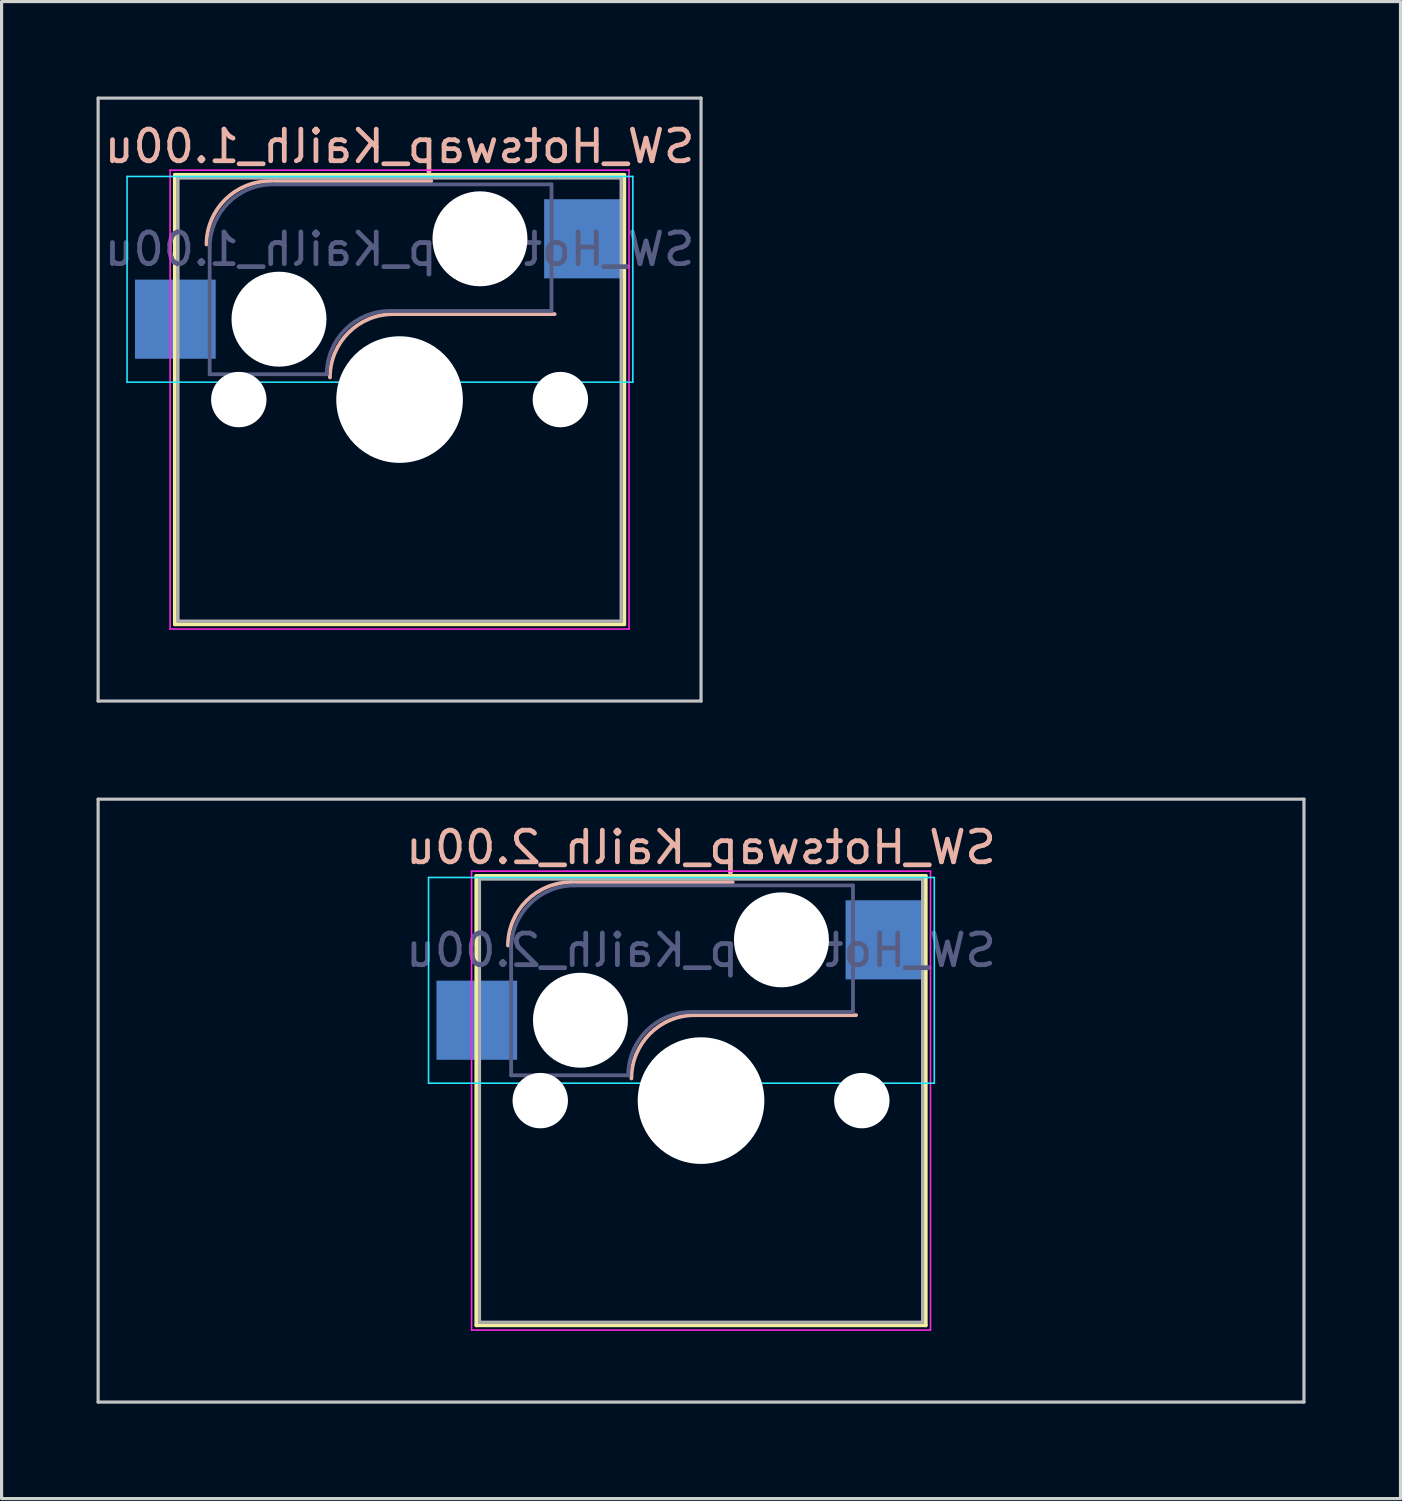
<source format=kicad_pcb>
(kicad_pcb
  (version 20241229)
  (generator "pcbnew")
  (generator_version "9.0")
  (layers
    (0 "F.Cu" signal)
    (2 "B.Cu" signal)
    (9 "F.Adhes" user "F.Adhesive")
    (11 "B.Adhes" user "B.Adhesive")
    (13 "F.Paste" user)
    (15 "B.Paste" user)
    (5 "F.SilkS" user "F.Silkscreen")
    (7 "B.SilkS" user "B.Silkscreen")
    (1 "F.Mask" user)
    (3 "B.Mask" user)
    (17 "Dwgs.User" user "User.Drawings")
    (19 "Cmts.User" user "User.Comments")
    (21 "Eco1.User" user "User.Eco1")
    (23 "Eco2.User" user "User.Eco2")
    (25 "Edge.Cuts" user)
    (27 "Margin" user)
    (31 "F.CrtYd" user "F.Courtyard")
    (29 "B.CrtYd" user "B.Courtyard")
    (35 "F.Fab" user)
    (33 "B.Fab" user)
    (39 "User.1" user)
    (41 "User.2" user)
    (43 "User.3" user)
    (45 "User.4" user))
  (footprint "SW_Hotswap_Kailh_1.00u"
    (layer "F.Cu")
    (at 9.575 9.575)
    (property "Reference" "SW_Hotswap_Kailh_1.00u" (at 0 -8 0) (layer "B.SilkS") (effects (font (size 1 1) (thickness 0.15)) (justify mirror)))
    (attr smd)
    (fp_line (start -7.1 -7.1) (end -7.1 7.1) (stroke (width 0.12) (type solid)) (layer "F.SilkS"))
    (fp_line (start -7.1 7.1) (end 7.1 7.1) (stroke (width 0.12) (type solid)) (layer "F.SilkS"))
    (fp_line (start 7.1 -7.1) (end -7.1 -7.1) (stroke (width 0.12) (type solid)) (layer "F.SilkS"))
    (fp_line (start 7.1 7.1) (end 7.1 -7.1) (stroke (width 0.12) (type solid)) (layer "F.SilkS"))
    (fp_line (start -4.1 -6.9) (end 1 -6.9) (stroke (width 0.12) (type solid)) (layer "B.SilkS"))
    (fp_line (start -0.2 -2.7) (end 4.9 -2.7) (stroke (width 0.12) (type solid)) (layer "B.SilkS"))
    (fp_arc (start -6.1 -4.9) (mid -5.514214 -6.314214) (end -4.1 -6.9) (stroke (width 0.12) (type solid)) (layer "B.SilkS"))
    (fp_arc (start -2.2 -0.7) (mid -1.614214 -2.114214) (end -0.2 -2.7) (stroke (width 0.12) (type solid)) (layer "B.SilkS"))
    (fp_line (start -9.525 -9.525) (end -9.525 9.525) (stroke (width 0.1) (type solid)) (layer "Dwgs.User"))
    (fp_line (start -9.525 9.525) (end 9.525 9.525) (stroke (width 0.1) (type solid)) (layer "Dwgs.User"))
    (fp_line (start 9.525 -9.525) (end -9.525 -9.525) (stroke (width 0.1) (type solid)) (layer "Dwgs.User"))
    (fp_line (start 9.525 9.525) (end 9.525 -9.525) (stroke (width 0.1) (type solid)) (layer "Dwgs.User"))
    (fp_line (start -8.61 -7.05) (end -8.61 -0.55) (stroke (width 0.05) (type solid)) (layer "B.CrtYd"))
    (fp_line (start -8.61 -0.55) (end 7.37 -0.55) (stroke (width 0.05) (type solid)) (layer "B.CrtYd"))
    (fp_line (start 7.37 -7.05) (end -8.61 -7.05) (stroke (width 0.05) (type solid)) (layer "B.CrtYd"))
    (fp_line (start 7.37 -0.55) (end 7.37 -7.05) (stroke (width 0.05) (type solid)) (layer "B.CrtYd"))
    (fp_line (start -7.25 -7.25) (end -7.25 7.25) (stroke (width 0.05) (type solid)) (layer "F.CrtYd"))
    (fp_line (start -7.25 7.25) (end 7.25 7.25) (stroke (width 0.05) (type solid)) (layer "F.CrtYd"))
    (fp_line (start 7.25 -7.25) (end -7.25 -7.25) (stroke (width 0.05) (type solid)) (layer "F.CrtYd"))
    (fp_line (start 7.25 7.25) (end 7.25 -7.25) (stroke (width 0.05) (type solid)) (layer "F.CrtYd"))
    (fp_line (start -6 -0.8) (end -6 -4.8) (stroke (width 0.12) (type solid)) (layer "B.Fab"))
    (fp_line (start -6 -0.8) (end -2.3 -0.8) (stroke (width 0.12) (type solid)) (layer "B.Fab"))
    (fp_line (start -4 -6.8) (end 4.8 -6.8) (stroke (width 0.12) (type solid)) (layer "B.Fab"))
    (fp_line (start -0.3 -2.8) (end 4.8 -2.8) (stroke (width 0.12) (type solid)) (layer "B.Fab"))
    (fp_line (start 4.8 -6.8) (end 4.8 -2.8) (stroke (width 0.12) (type solid)) (layer "B.Fab"))
    (fp_arc (start -6 -4.8) (mid -5.414214 -6.214214) (end -4 -6.8) (stroke (width 0.12) (type solid)) (layer "B.Fab"))
    (fp_arc (start -2.3 -0.8) (mid -1.714214 -2.214214) (end -0.3 -2.8) (stroke (width 0.12) (type solid)) (layer "B.Fab"))
    (fp_line (start -7 -7) (end -7 7) (stroke (width 0.1) (type solid)) (layer "F.Fab"))
    (fp_line (start -7 7) (end 7 7) (stroke (width 0.1) (type solid)) (layer "F.Fab"))
    (fp_line (start 7 -7) (end -7 -7) (stroke (width 0.1) (type solid)) (layer "F.Fab"))
    (fp_line (start 7 7) (end 7 -7) (stroke (width 0.1) (type solid)) (layer "F.Fab"))
    (fp_text user "${REFERENCE}" (at 0 -4.75 0) (layer "B.Fab") (effects (font (size 1 1) (thickness 0.15)) (justify mirror)))
    (pad "" np_thru_hole circle (at -5.08 0) (size 1.75 1.75) (drill 1.75) (layers "*.Cu" "*.Mask"))
    (pad "" np_thru_hole circle (at -3.81 -2.54) (size 3 3) (drill 3) (layers "*.Cu" "*.Mask"))
    (pad "" np_thru_hole circle (at 0 0) (size 4 4) (drill 4) (layers "*.Cu" "*.Mask"))
    (pad "" np_thru_hole circle (at 2.54 -5.08) (size 3 3) (drill 3) (layers "*.Cu" "*.Mask"))
    (pad "" np_thru_hole circle (at 5.08 0) (size 1.75 1.75) (drill 1.75) (layers "*.Cu" "*.Mask"))
    (pad "1" smd rect (at -7.085 -2.54) (size 2.55 2.5) (layers "B.Cu" "B.Mask" "B.Paste"))
    (pad "2" smd rect (at 5.842 -5.08) (size 2.55 2.5) (layers "B.Cu" "B.Mask" "B.Paste")))
  (footprint "SW_Hotswap_Kailh_2.00u"
    (layer "F.Cu")
    (at 19.1 31.725)
    (property "Reference" "SW_Hotswap_Kailh_2.00u" (at 0 -8 0) (layer "B.SilkS") (effects (font (size 1 1) (thickness 0.15)) (justify mirror)))
    (attr smd)
    (fp_line (start -7.1 -7.1) (end -7.1 7.1) (stroke (width 0.12) (type solid)) (layer "F.SilkS"))
    (fp_line (start -7.1 7.1) (end 7.1 7.1) (stroke (width 0.12) (type solid)) (layer "F.SilkS"))
    (fp_line (start 7.1 -7.1) (end -7.1 -7.1) (stroke (width 0.12) (type solid)) (layer "F.SilkS"))
    (fp_line (start 7.1 7.1) (end 7.1 -7.1) (stroke (width 0.12) (type solid)) (layer "F.SilkS"))
    (fp_line (start -4.1 -6.9) (end 1 -6.9) (stroke (width 0.12) (type solid)) (layer "B.SilkS"))
    (fp_line (start -0.2 -2.7) (end 4.9 -2.7) (stroke (width 0.12) (type solid)) (layer "B.SilkS"))
    (fp_arc (start -6.1 -4.9) (mid -5.514214 -6.314214) (end -4.1 -6.9) (stroke (width 0.12) (type solid)) (layer "B.SilkS"))
    (fp_arc (start -2.2 -0.7) (mid -1.614214 -2.114214) (end -0.2 -2.7) (stroke (width 0.12) (type solid)) (layer "B.SilkS"))
    (fp_line (start -19.05 -9.525) (end -19.05 9.525) (stroke (width 0.1) (type solid)) (layer "Dwgs.User"))
    (fp_line (start -19.05 9.525) (end 19.05 9.525) (stroke (width 0.1) (type solid)) (layer "Dwgs.User"))
    (fp_line (start 19.05 -9.525) (end -19.05 -9.525) (stroke (width 0.1) (type solid)) (layer "Dwgs.User"))
    (fp_line (start 19.05 9.525) (end 19.05 -9.525) (stroke (width 0.1) (type solid)) (layer "Dwgs.User"))
    (fp_line (start -8.61 -7.05) (end -8.61 -0.55) (stroke (width 0.05) (type solid)) (layer "B.CrtYd"))
    (fp_line (start -8.61 -0.55) (end 7.37 -0.55) (stroke (width 0.05) (type solid)) (layer "B.CrtYd"))
    (fp_line (start 7.37 -7.05) (end -8.61 -7.05) (stroke (width 0.05) (type solid)) (layer "B.CrtYd"))
    (fp_line (start 7.37 -0.55) (end 7.37 -7.05) (stroke (width 0.05) (type solid)) (layer "B.CrtYd"))
    (fp_line (start -7.25 -7.25) (end -7.25 7.25) (stroke (width 0.05) (type solid)) (layer "F.CrtYd"))
    (fp_line (start -7.25 7.25) (end 7.25 7.25) (stroke (width 0.05) (type solid)) (layer "F.CrtYd"))
    (fp_line (start 7.25 -7.25) (end -7.25 -7.25) (stroke (width 0.05) (type solid)) (layer "F.CrtYd"))
    (fp_line (start 7.25 7.25) (end 7.25 -7.25) (stroke (width 0.05) (type solid)) (layer "F.CrtYd"))
    (fp_line (start -6 -0.8) (end -6 -4.8) (stroke (width 0.12) (type solid)) (layer "B.Fab"))
    (fp_line (start -6 -0.8) (end -2.3 -0.8) (stroke (width 0.12) (type solid)) (layer "B.Fab"))
    (fp_line (start -4 -6.8) (end 4.8 -6.8) (stroke (width 0.12) (type solid)) (layer "B.Fab"))
    (fp_line (start -0.3 -2.8) (end 4.8 -2.8) (stroke (width 0.12) (type solid)) (layer "B.Fab"))
    (fp_line (start 4.8 -6.8) (end 4.8 -2.8) (stroke (width 0.12) (type solid)) (layer "B.Fab"))
    (fp_arc (start -6 -4.8) (mid -5.414214 -6.214214) (end -4 -6.8) (stroke (width 0.12) (type solid)) (layer "B.Fab"))
    (fp_arc (start -2.3 -0.8) (mid -1.714214 -2.214214) (end -0.3 -2.8) (stroke (width 0.12) (type solid)) (layer "B.Fab"))
    (fp_line (start -7 -7) (end -7 7) (stroke (width 0.1) (type solid)) (layer "F.Fab"))
    (fp_line (start -7 7) (end 7 7) (stroke (width 0.1) (type solid)) (layer "F.Fab"))
    (fp_line (start 7 -7) (end -7 -7) (stroke (width 0.1) (type solid)) (layer "F.Fab"))
    (fp_line (start 7 7) (end 7 -7) (stroke (width 0.1) (type solid)) (layer "F.Fab"))
    (fp_text user "${REFERENCE}" (at 0 -4.75 0) (layer "B.Fab") (effects (font (size 1 1) (thickness 0.15)) (justify mirror)))
    (pad "" np_thru_hole circle (at -5.08 0) (size 1.75 1.75) (drill 1.75) (layers "*.Cu" "*.Mask"))
    (pad "" np_thru_hole circle (at -3.81 -2.54) (size 3 3) (drill 3) (layers "*.Cu" "*.Mask"))
    (pad "" np_thru_hole circle (at 0 0) (size 4 4) (drill 4) (layers "*.Cu" "*.Mask"))
    (pad "" np_thru_hole circle (at 2.54 -5.08) (size 3 3) (drill 3) (layers "*.Cu" "*.Mask"))
    (pad "" np_thru_hole circle (at 5.08 0) (size 1.75 1.75) (drill 1.75) (layers "*.Cu" "*.Mask"))
    (pad "1" smd rect (at -7.085 -2.54) (size 2.55 2.5) (layers "B.Cu" "B.Mask" "B.Paste"))
    (pad "2" smd rect (at 5.842 -5.08) (size 2.55 2.5) (layers "B.Cu" "B.Mask" "B.Paste")))
  (gr_rect
    (start -3 -3)
    (end 41.2 44.3)
    (stroke (width 0.1) (type default))
    (fill no)
    (layer "Edge.Cuts")))
</source>
